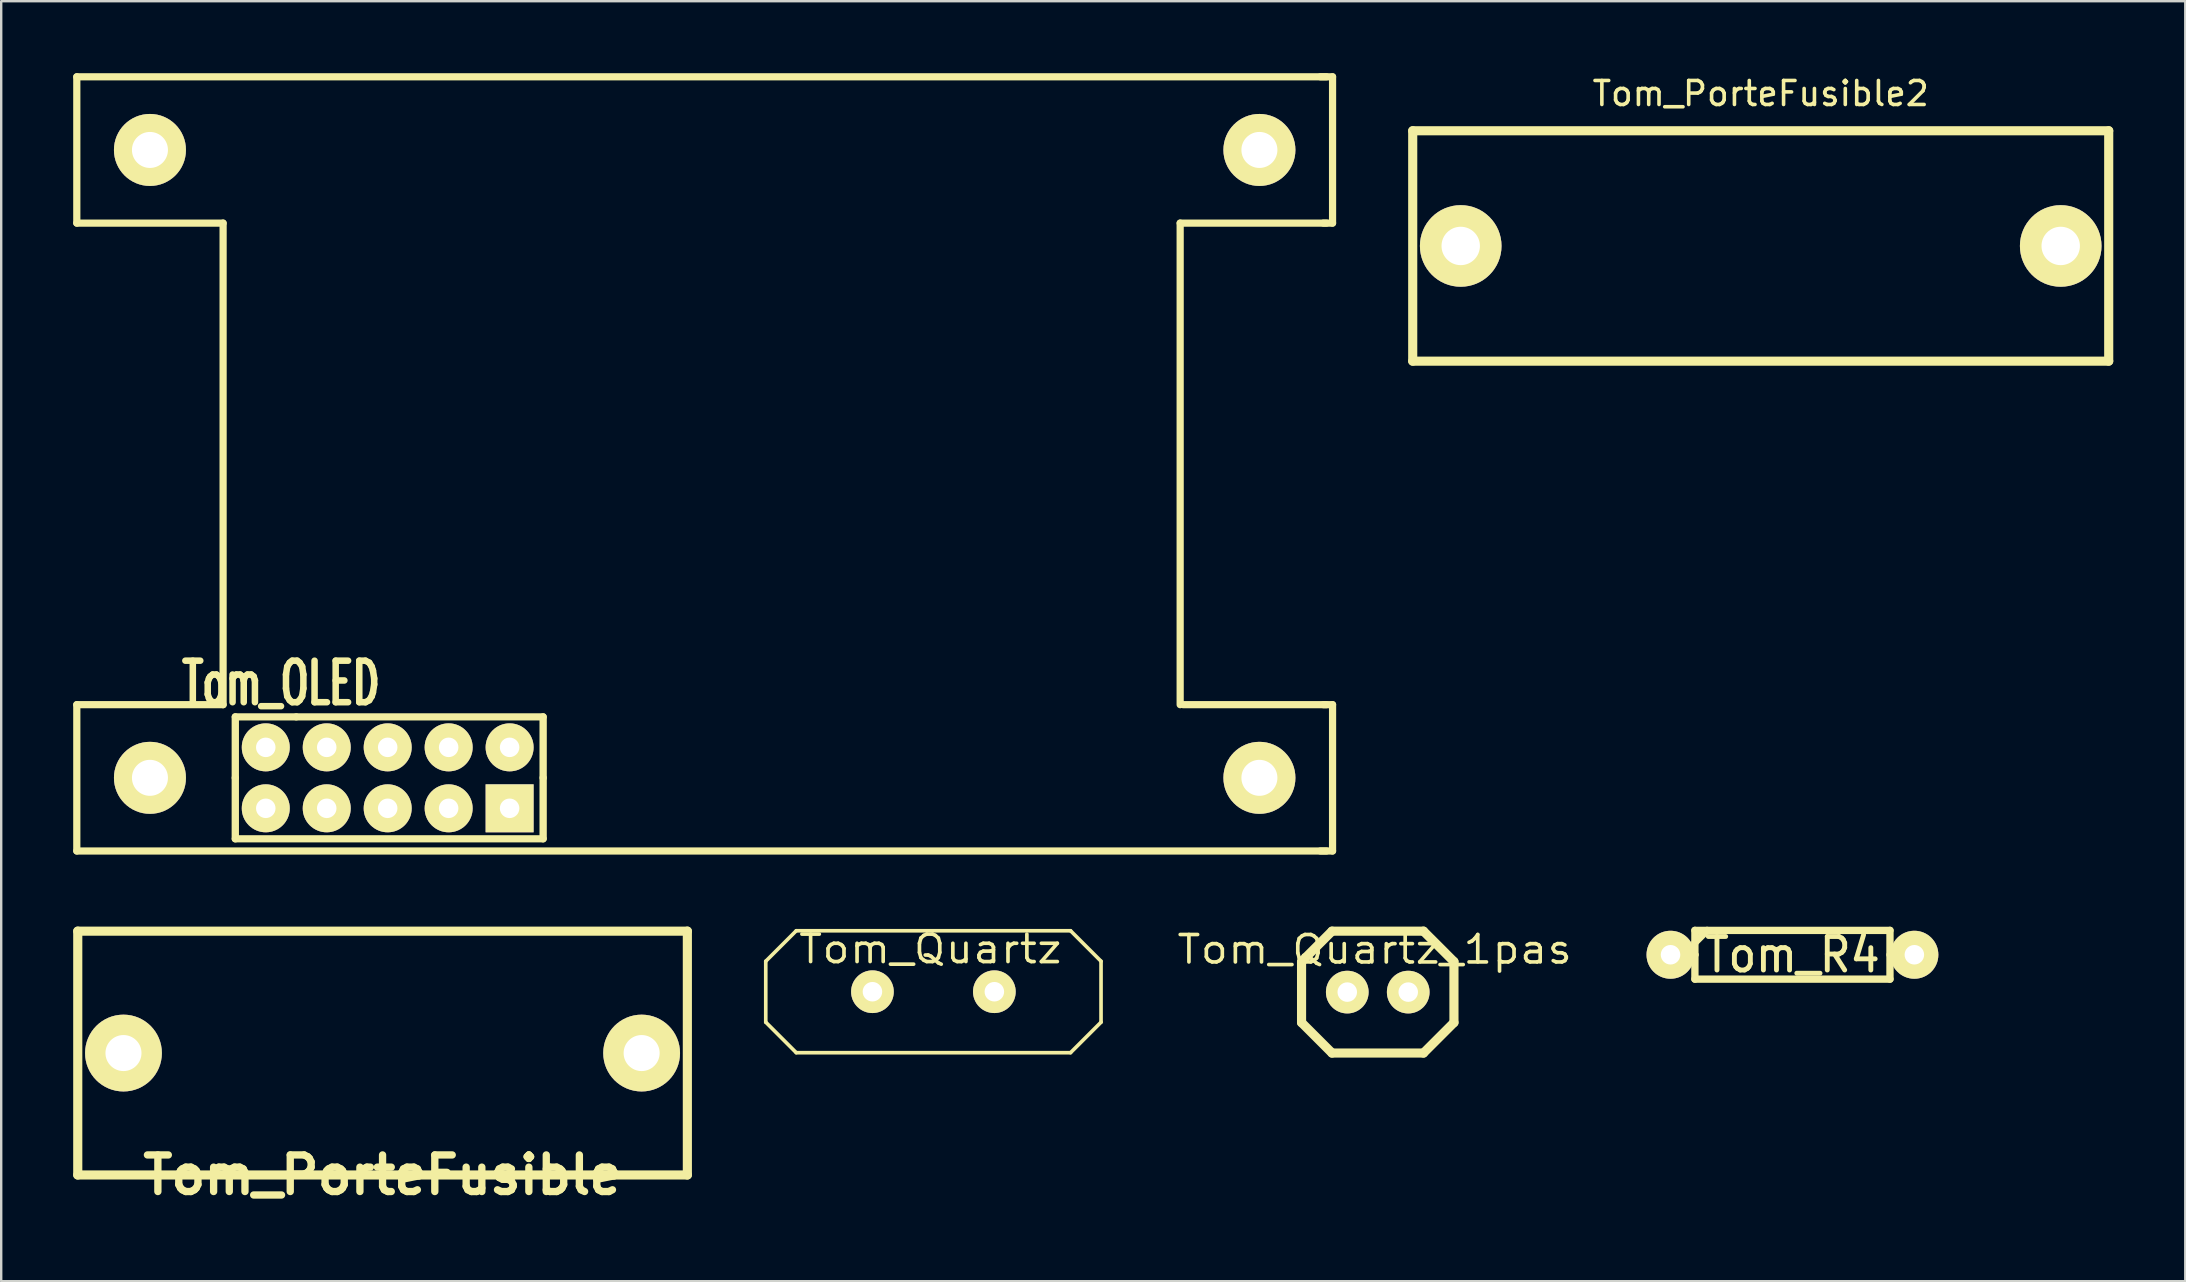
<source format=kicad_pcb>
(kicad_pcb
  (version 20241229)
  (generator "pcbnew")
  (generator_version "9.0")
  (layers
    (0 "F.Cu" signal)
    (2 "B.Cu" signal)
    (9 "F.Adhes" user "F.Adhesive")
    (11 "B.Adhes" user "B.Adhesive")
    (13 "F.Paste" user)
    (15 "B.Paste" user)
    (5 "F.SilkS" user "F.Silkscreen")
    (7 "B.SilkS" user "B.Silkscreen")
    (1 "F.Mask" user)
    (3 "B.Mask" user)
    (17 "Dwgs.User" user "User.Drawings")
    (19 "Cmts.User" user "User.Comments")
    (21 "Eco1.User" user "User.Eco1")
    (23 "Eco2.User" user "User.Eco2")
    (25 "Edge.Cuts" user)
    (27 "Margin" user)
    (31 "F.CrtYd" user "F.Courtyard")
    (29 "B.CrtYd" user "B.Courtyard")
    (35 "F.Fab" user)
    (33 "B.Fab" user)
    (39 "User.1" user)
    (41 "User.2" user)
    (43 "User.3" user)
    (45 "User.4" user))
  (footprint "Tom_Quartz"
    (layer "F.Cu")
    (at 35.842 38.272)
    (property "Reference" "Tom_Quartz" (at -0.127 -1.778 0) (layer "F.SilkS") (effects (font (size 1.143 1.27) (thickness 0.152))))
    (attr through_hole)
    (fp_line (start -6.985 -1.27) (end -6.985 1.27) (stroke (width 0.152) (type solid)) (layer "F.SilkS"))
    (fp_line (start -6.985 -1.27) (end -5.715 -2.54) (stroke (width 0.152) (type solid)) (layer "F.SilkS"))
    (fp_line (start -6.985 1.27) (end -5.715 2.54) (stroke (width 0.152) (type solid)) (layer "F.SilkS"))
    (fp_line (start -5.715 -2.54) (end 5.715 -2.54) (stroke (width 0.152) (type solid)) (layer "F.SilkS"))
    (fp_line (start -5.715 2.54) (end 5.715 2.54) (stroke (width 0.152) (type solid)) (layer "F.SilkS"))
    (fp_line (start 5.715 -2.54) (end 6.985 -1.27) (stroke (width 0.152) (type solid)) (layer "F.SilkS"))
    (fp_line (start 6.985 1.27) (end 5.715 2.54) (stroke (width 0.152) (type solid)) (layer "F.SilkS"))
    (fp_line (start 6.985 1.27) (end 6.985 -1.27) (stroke (width 0.152) (type solid)) (layer "F.SilkS"))
    (pad "1" thru_hole circle (at -2.54 0) (size 1.778 1.778) (drill 0.813) (layers "*.Cu" "*.Mask" "F.SilkS"))
    (pad "2" thru_hole circle (at 2.54 0) (size 1.778 1.778) (drill 0.813) (layers "*.Cu" "*.Mask" "F.SilkS")))
  (footprint "Tom_R4"
    (layer "F.Cu")
    (at 71.636 36.732)
    (property "Reference" "Tom_R4" (at 0 0 0) (layer "F.SilkS") (effects (font (size 1.397 1.27) (thickness 0.203))))
    (attr through_hole)
    (fp_line (start -5.08 0) (end -4.064 0) (stroke (width 0.305) (type solid)) (layer "F.SilkS"))
    (fp_line (start -4.064 -1.016) (end 4.064 -1.016) (stroke (width 0.305) (type solid)) (layer "F.SilkS"))
    (fp_line (start -4.064 -0.508) (end -3.556 -1.016) (stroke (width 0.305) (type solid)) (layer "F.SilkS"))
    (fp_line (start -4.064 0) (end -4.064 -1.016) (stroke (width 0.305) (type solid)) (layer "F.SilkS"))
    (fp_line (start -4.064 1.016) (end -4.064 0) (stroke (width 0.305) (type solid)) (layer "F.SilkS"))
    (fp_line (start 4.064 -1.016) (end 4.064 1.016) (stroke (width 0.305) (type solid)) (layer "F.SilkS"))
    (fp_line (start 4.064 1.016) (end -4.064 1.016) (stroke (width 0.305) (type solid)) (layer "F.SilkS"))
    (fp_line (start 5.08 0) (end 4.064 0) (stroke (width 0.305) (type solid)) (layer "F.SilkS"))
    (pad "1" thru_hole circle (at -5.08 0) (size 1.999 1.999) (drill 0.813) (layers "*.Cu" "*.Mask" "F.SilkS"))
    (pad "2" thru_hole circle (at 5.08 0) (size 1.999 1.999) (drill 0.813) (layers "*.Cu" "*.Mask" "F.SilkS")))
  (footprint "Tom_PorteFusible"
    (layer "F.Cu")
    (at 12.89 45.908)
    (property "Reference" "Tom_PorteFusible" (at 0 0 0) (layer "F.SilkS") (effects (font (size 1.524 1.524) (thickness 0.305))))
    (attr through_hole)
    (fp_line (start -12.7 -10.16) (end -12.7 0) (stroke (width 0.381) (type solid)) (layer "F.SilkS"))
    (fp_line (start -12.7 0) (end 12.7 0) (stroke (width 0.381) (type solid)) (layer "F.SilkS"))
    (fp_line (start 12.7 -10.16) (end -12.7 -10.16) (stroke (width 0.381) (type solid)) (layer "F.SilkS"))
    (fp_line (start 12.7 0) (end 12.7 -10.16) (stroke (width 0.381) (type solid)) (layer "F.SilkS"))
    (pad "1" thru_hole circle (at -10.795 -5.08) (size 3.2 3.2) (drill 1.501) (layers "*.Cu" "*.Mask" "F.SilkS"))
    (pad "2" thru_hole circle (at 10.795 -5.08) (size 3.2 3.2) (drill 1.501) (layers "*.Cu" "*.Mask" "F.SilkS")))
  (footprint "Tom_Quartz_1pas"
    (layer "F.Cu")
    (at 54.357 38.288)
    (property "Reference" "Tom_Quartz_1pas" (at -0.127 -1.778 0) (layer "F.SilkS") (effects (font (size 1.143 1.27) (thickness 0.152))))
    (attr through_hole)
    (fp_line (start -3.175 -1.27) (end -1.905 -2.54) (stroke (width 0.381) (type solid)) (layer "F.SilkS"))
    (fp_line (start -3.175 1.27) (end -3.175 -1.27) (stroke (width 0.381) (type solid)) (layer "F.SilkS"))
    (fp_line (start -1.905 -2.54) (end 1.905 -2.54) (stroke (width 0.381) (type solid)) (layer "F.SilkS"))
    (fp_line (start -1.905 2.54) (end -3.175 1.27) (stroke (width 0.381) (type solid)) (layer "F.SilkS"))
    (fp_line (start 1.905 -2.54) (end 3.175 -1.27) (stroke (width 0.381) (type solid)) (layer "F.SilkS"))
    (fp_line (start 1.905 2.54) (end -1.905 2.54) (stroke (width 0.381) (type solid)) (layer "F.SilkS"))
    (fp_line (start 3.175 -1.27) (end 3.175 1.27) (stroke (width 0.381) (type solid)) (layer "F.SilkS"))
    (fp_line (start 3.175 1.27) (end 1.905 2.54) (stroke (width 0.381) (type solid)) (layer "F.SilkS"))
    (pad "1" thru_hole circle (at -1.27 0) (size 1.778 1.778) (drill 0.813) (layers "*.Cu" "*.Mask" "F.SilkS"))
    (pad "2" thru_hole circle (at 1.27 0) (size 1.778 1.778) (drill 0.813) (layers "*.Cu" "*.Mask" "F.SilkS")))
  (footprint "Tom_PorteFusible2"
    (layer "F.Cu")
    (at 70.314 7.198)
    (property "Reference" "Tom_PorteFusible2" (at 0 -6.35 0) (layer "F.SilkS") (effects (font (size 1 1) (thickness 0.15))))
    (attr through_hole)
    (fp_line (start -14.5 -4.8) (end -14.5 4.8) (stroke (width 0.38) (type solid)) (layer "F.SilkS"))
    (fp_line (start -14.5 4.8) (end 14.5 4.8) (stroke (width 0.38) (type solid)) (layer "F.SilkS"))
    (fp_line (start 14.5 -4.8) (end -14.5 -4.8) (stroke (width 0.38) (type solid)) (layer "F.SilkS"))
    (fp_line (start 14.5 4.8) (end 14.5 -4.8) (stroke (width 0.38) (type solid)) (layer "F.SilkS"))
    (pad "1" thru_hole circle (at -12.5 0) (size 3.4 3.4) (drill 1.6) (layers "*.Cu" "*.Mask" "F.SilkS"))
    (pad "2" thru_hole circle (at 12.5 0) (size 3.4 3.4) (drill 1.6) (layers "*.Cu" "*.Mask" "F.SilkS")))
  (footprint "Tom_OLED"
    (layer "F.Cu")
    (at 43.33 30.63)
    (property "Reference" "Tom_OLED" (at -34.671 -5.207 0) (layer "F.SilkS") (effects (font (size 1.73 1.087) (thickness 0.272))))
    (attr through_hole)
    (fp_line (start -43.18 -30.48) (end 8.89 -30.48) (stroke (width 0.3) (type solid)) (layer "F.SilkS"))
    (fp_line (start -43.18 -24.384) (end -43.18 -30.48) (stroke (width 0.3) (type solid)) (layer "F.SilkS"))
    (fp_line (start -43.18 -4.318) (end -37.084 -4.318) (stroke (width 0.3) (type solid)) (layer "F.SilkS"))
    (fp_line (start -43.18 1.778) (end -43.18 -4.318) (stroke (width 0.3) (type solid)) (layer "F.SilkS"))
    (fp_line (start -37.084 -24.384) (end -43.18 -24.384) (stroke (width 0.3) (type solid)) (layer "F.SilkS"))
    (fp_line (start -37.084 -4.318) (end -37.084 -24.384) (stroke (width 0.3) (type solid)) (layer "F.SilkS"))
    (fp_line (start -36.576 -3.81) (end -34.036 -3.81) (stroke (width 0.3) (type solid)) (layer "F.SilkS"))
    (fp_line (start -36.576 -1.27) (end -36.576 -3.81) (stroke (width 0.305) (type solid)) (layer "F.SilkS"))
    (fp_line (start -36.576 1.27) (end -36.576 -1.27) (stroke (width 0.305) (type solid)) (layer "F.SilkS"))
    (fp_line (start -36.576 1.27) (end -23.749 1.27) (stroke (width 0.3) (type solid)) (layer "F.SilkS"))
    (fp_line (start -34.036 -3.81) (end -23.749 -3.81) (stroke (width 0.3) (type solid)) (layer "F.SilkS"))
    (fp_line (start -23.749 -3.81) (end -23.749 -1.27) (stroke (width 0.305) (type solid)) (layer "F.SilkS"))
    (fp_line (start -23.749 -1.27) (end -23.749 1.27) (stroke (width 0.305) (type solid)) (layer "F.SilkS"))
    (fp_line (start 2.794 -24.384) (end 2.794 -4.318) (stroke (width 0.3) (type solid)) (layer "F.SilkS"))
    (fp_line (start 8.636 -30.48) (end 9.144 -30.48) (stroke (width 0.3) (type solid)) (layer "F.SilkS"))
    (fp_line (start 8.636 1.778) (end 9.144 1.778) (stroke (width 0.3) (type solid)) (layer "F.SilkS"))
    (fp_line (start 8.763 -24.384) (end 9.144 -24.384) (stroke (width 0.3) (type solid)) (layer "F.SilkS"))
    (fp_line (start 8.763 -4.318) (end 9.144 -4.318) (stroke (width 0.3) (type solid)) (layer "F.SilkS"))
    (fp_line (start 8.89 -24.384) (end 2.794 -24.384) (stroke (width 0.3) (type solid)) (layer "F.SilkS"))
    (fp_line (start 8.89 -4.318) (end 2.921 -4.318) (stroke (width 0.3) (type solid)) (layer "F.SilkS"))
    (fp_line (start 8.89 1.778) (end -43.18 1.778) (stroke (width 0.3) (type solid)) (layer "F.SilkS"))
    (fp_line (start 9.144 -30.48) (end 9.144 -24.384) (stroke (width 0.3) (type solid)) (layer "F.SilkS"))
    (fp_line (start 9.144 1.778) (end 9.144 -4.318) (stroke (width 0.3) (type solid)) (layer "F.SilkS"))
    (pad "" thru_hole circle (at -40.132 -27.432) (size 3 3) (drill 1.5) (layers "*.Cu" "*.Mask" "F.SilkS"))
    (pad "" thru_hole circle (at -40.132 -1.27) (size 3 3) (drill 1.5) (layers "*.Cu" "*.Mask" "F.SilkS"))
    (pad "" thru_hole circle (at 6.096 -27.432) (size 3 3) (drill 1.5) (layers "*.Cu" "*.Mask" "F.SilkS"))
    (pad "" thru_hole circle (at 6.096 -1.27) (size 3 3) (drill 1.5) (layers "*.Cu" "*.Mask" "F.SilkS"))
    (pad "1" thru_hole rect (at -25.146 0) (size 1.999 1.999) (drill 0.813) (layers "*.Cu" "*.Mask" "F.SilkS"))
    (pad "2" thru_hole circle (at -25.146 -2.54) (size 1.999 1.999) (drill 0.813) (layers "*.Cu" "*.Mask" "F.SilkS"))
    (pad "3" thru_hole circle (at -27.686 0) (size 1.999 1.999) (drill 0.813) (layers "*.Cu" "*.Mask" "F.SilkS"))
    (pad "4" thru_hole circle (at -27.686 -2.54) (size 2 2) (drill 0.813) (layers "*.Cu" "*.Mask" "F.SilkS"))
    (pad "5" thru_hole circle (at -30.226 0) (size 1.999 1.999) (drill 0.813) (layers "*.Cu" "*.Mask" "F.SilkS"))
    (pad "6" thru_hole circle (at -30.226 -2.54) (size 1.999 1.999) (drill 0.813) (layers "*.Cu" "*.Mask" "F.SilkS"))
    (pad "7" thru_hole circle (at -32.766 0) (size 1.999 1.999) (drill 0.813) (layers "*.Cu" "*.Mask" "F.SilkS"))
    (pad "8" thru_hole circle (at -32.766 -2.54) (size 1.999 1.999) (drill 0.813) (layers "*.Cu" "*.Mask" "F.SilkS"))
    (pad "9" thru_hole circle (at -35.306 0) (size 1.999 1.999) (drill 0.813) (layers "*.Cu" "*.Mask" "F.SilkS"))
    (pad "10" thru_hole circle (at -35.306 -2.54) (size 1.999 1.999) (drill 0.813) (layers "*.Cu" "*.Mask" "F.SilkS")))
  (gr_rect
    (start -3 -3)
    (end 88.004 50.335)
    (stroke (width 0.1) (type default))
    (fill no)
    (layer "Edge.Cuts")))
</source>
